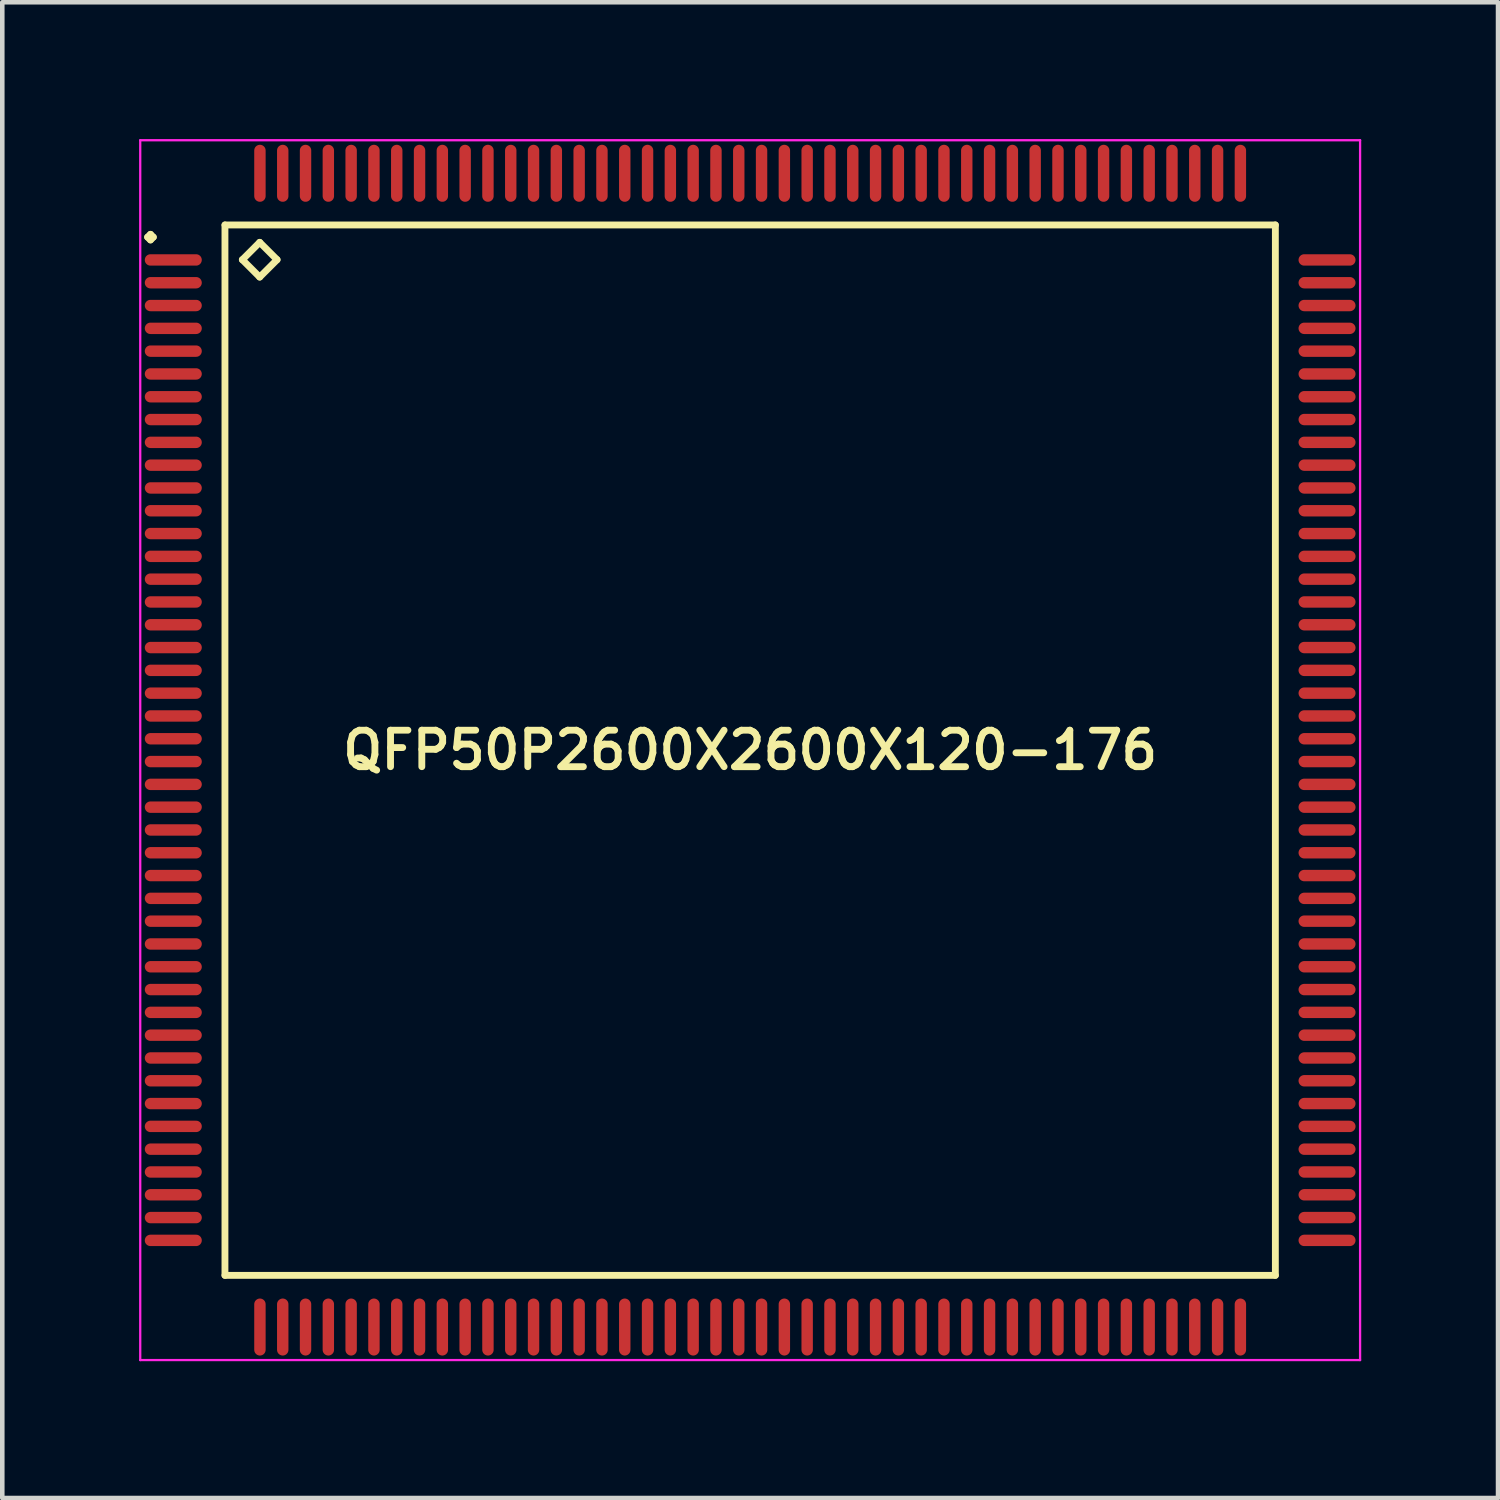
<source format=kicad_pcb>
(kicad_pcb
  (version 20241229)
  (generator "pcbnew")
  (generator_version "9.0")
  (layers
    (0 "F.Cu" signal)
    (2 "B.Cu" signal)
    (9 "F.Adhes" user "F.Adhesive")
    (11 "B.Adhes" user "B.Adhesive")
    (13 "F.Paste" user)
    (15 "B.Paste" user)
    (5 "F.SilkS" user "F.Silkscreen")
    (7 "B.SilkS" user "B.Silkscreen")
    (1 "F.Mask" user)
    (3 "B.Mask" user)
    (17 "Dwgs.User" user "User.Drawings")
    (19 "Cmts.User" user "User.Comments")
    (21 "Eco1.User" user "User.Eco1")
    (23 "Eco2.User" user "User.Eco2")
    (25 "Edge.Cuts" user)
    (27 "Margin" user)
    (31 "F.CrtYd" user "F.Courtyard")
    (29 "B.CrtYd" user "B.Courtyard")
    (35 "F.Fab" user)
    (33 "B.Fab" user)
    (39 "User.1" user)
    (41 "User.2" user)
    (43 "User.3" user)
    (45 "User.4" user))
  (footprint "QFP50P2600X2600X120-176"
    (layer "F.Cu")
    (at 13.4 13.4)
    (property "Reference" "QFP50P2600X2600X120-176" (at 0 0 0) (layer "F.SilkS") (effects (font (size 0.8 0.8) (thickness 0.15))))
    (attr smd)
    (fp_line (start -13.213 -11.25) (end -13.15 -11.312) (stroke (width 0.15) (type solid)) (layer "F.SilkS"))
    (fp_line (start -13.15 -11.312) (end -13.088 -11.25) (stroke (width 0.15) (type solid)) (layer "F.SilkS"))
    (fp_line (start -13.15 -11.188) (end -13.213 -11.25) (stroke (width 0.15) (type solid)) (layer "F.SilkS"))
    (fp_line (start -13.088 -11.25) (end -13.15 -11.188) (stroke (width 0.15) (type solid)) (layer "F.SilkS"))
    (fp_line (start -11.517 -11.517) (end -11.517 11.517) (stroke (width 0.15) (type solid)) (layer "F.SilkS"))
    (fp_line (start -11.517 11.517) (end 11.517 11.517) (stroke (width 0.15) (type solid)) (layer "F.SilkS"))
    (fp_line (start -11.136 -10.755) (end -10.755 -11.136) (stroke (width 0.15) (type solid)) (layer "F.SilkS"))
    (fp_line (start -10.755 -11.136) (end -10.374 -10.755) (stroke (width 0.15) (type solid)) (layer "F.SilkS"))
    (fp_line (start -10.755 -10.374) (end -11.136 -10.755) (stroke (width 0.15) (type solid)) (layer "F.SilkS"))
    (fp_line (start -10.374 -10.755) (end -10.755 -10.374) (stroke (width 0.15) (type solid)) (layer "F.SilkS"))
    (fp_line (start 11.517 -11.517) (end -11.517 -11.517) (stroke (width 0.15) (type solid)) (layer "F.SilkS"))
    (fp_line (start 11.517 11.517) (end 11.517 -11.517) (stroke (width 0.15) (type solid)) (layer "F.SilkS"))
    (fp_line (start -13.375 -13.375) (end 13.375 -13.375) (stroke (width 0.05) (type solid)) (layer "F.CrtYd"))
    (fp_line (start -13.375 13.375) (end -13.375 -13.375) (stroke (width 0.05) (type solid)) (layer "F.CrtYd"))
    (fp_line (start 13.375 -13.375) (end 13.375 13.375) (stroke (width 0.05) (type solid)) (layer "F.CrtYd"))
    (fp_line (start 13.375 13.375) (end -13.375 13.375) (stroke (width 0.05) (type solid)) (layer "F.CrtYd"))
    (pad "1" smd oval (at -12.65 -10.75) (size 1.25 0.25) (layers "F.Cu" "F.Mask" "F.Paste"))
    (pad "2" smd oval (at -12.65 -10.25) (size 1.25 0.25) (layers "F.Cu" "F.Mask" "F.Paste"))
    (pad "3" smd oval (at -12.65 -9.75) (size 1.25 0.25) (layers "F.Cu" "F.Mask" "F.Paste"))
    (pad "4" smd oval (at -12.65 -9.25) (size 1.25 0.25) (layers "F.Cu" "F.Mask" "F.Paste"))
    (pad "5" smd oval (at -12.65 -8.75) (size 1.25 0.25) (layers "F.Cu" "F.Mask" "F.Paste"))
    (pad "6" smd oval (at -12.65 -8.25) (size 1.25 0.25) (layers "F.Cu" "F.Mask" "F.Paste"))
    (pad "7" smd oval (at -12.65 -7.75) (size 1.25 0.25) (layers "F.Cu" "F.Mask" "F.Paste"))
    (pad "8" smd oval (at -12.65 -7.25) (size 1.25 0.25) (layers "F.Cu" "F.Mask" "F.Paste"))
    (pad "9" smd oval (at -12.65 -6.75) (size 1.25 0.25) (layers "F.Cu" "F.Mask" "F.Paste"))
    (pad "10" smd oval (at -12.65 -6.25) (size 1.25 0.25) (layers "F.Cu" "F.Mask" "F.Paste"))
    (pad "11" smd oval (at -12.65 -5.75) (size 1.25 0.25) (layers "F.Cu" "F.Mask" "F.Paste"))
    (pad "12" smd oval (at -12.65 -5.25) (size 1.25 0.25) (layers "F.Cu" "F.Mask" "F.Paste"))
    (pad "13" smd oval (at -12.65 -4.75) (size 1.25 0.25) (layers "F.Cu" "F.Mask" "F.Paste"))
    (pad "14" smd oval (at -12.65 -4.25) (size 1.25 0.25) (layers "F.Cu" "F.Mask" "F.Paste"))
    (pad "15" smd oval (at -12.65 -3.75) (size 1.25 0.25) (layers "F.Cu" "F.Mask" "F.Paste"))
    (pad "16" smd oval (at -12.65 -3.25) (size 1.25 0.25) (layers "F.Cu" "F.Mask" "F.Paste"))
    (pad "17" smd oval (at -12.65 -2.75) (size 1.25 0.25) (layers "F.Cu" "F.Mask" "F.Paste"))
    (pad "18" smd oval (at -12.65 -2.25) (size 1.25 0.25) (layers "F.Cu" "F.Mask" "F.Paste"))
    (pad "19" smd oval (at -12.65 -1.75) (size 1.25 0.25) (layers "F.Cu" "F.Mask" "F.Paste"))
    (pad "20" smd oval (at -12.65 -1.25) (size 1.25 0.25) (layers "F.Cu" "F.Mask" "F.Paste"))
    (pad "21" smd oval (at -12.65 -0.75) (size 1.25 0.25) (layers "F.Cu" "F.Mask" "F.Paste"))
    (pad "22" smd oval (at -12.65 -0.25) (size 1.25 0.25) (layers "F.Cu" "F.Mask" "F.Paste"))
    (pad "23" smd oval (at -12.65 0.25) (size 1.25 0.25) (layers "F.Cu" "F.Mask" "F.Paste"))
    (pad "24" smd oval (at -12.65 0.75) (size 1.25 0.25) (layers "F.Cu" "F.Mask" "F.Paste"))
    (pad "25" smd oval (at -12.65 1.25) (size 1.25 0.25) (layers "F.Cu" "F.Mask" "F.Paste"))
    (pad "26" smd oval (at -12.65 1.75) (size 1.25 0.25) (layers "F.Cu" "F.Mask" "F.Paste"))
    (pad "27" smd oval (at -12.65 2.25) (size 1.25 0.25) (layers "F.Cu" "F.Mask" "F.Paste"))
    (pad "28" smd oval (at -12.65 2.75) (size 1.25 0.25) (layers "F.Cu" "F.Mask" "F.Paste"))
    (pad "29" smd oval (at -12.65 3.25) (size 1.25 0.25) (layers "F.Cu" "F.Mask" "F.Paste"))
    (pad "30" smd oval (at -12.65 3.75) (size 1.25 0.25) (layers "F.Cu" "F.Mask" "F.Paste"))
    (pad "31" smd oval (at -12.65 4.25) (size 1.25 0.25) (layers "F.Cu" "F.Mask" "F.Paste"))
    (pad "32" smd oval (at -12.65 4.75) (size 1.25 0.25) (layers "F.Cu" "F.Mask" "F.Paste"))
    (pad "33" smd oval (at -12.65 5.25) (size 1.25 0.25) (layers "F.Cu" "F.Mask" "F.Paste"))
    (pad "34" smd oval (at -12.65 5.75) (size 1.25 0.25) (layers "F.Cu" "F.Mask" "F.Paste"))
    (pad "35" smd oval (at -12.65 6.25) (size 1.25 0.25) (layers "F.Cu" "F.Mask" "F.Paste"))
    (pad "36" smd oval (at -12.65 6.75) (size 1.25 0.25) (layers "F.Cu" "F.Mask" "F.Paste"))
    (pad "37" smd oval (at -12.65 7.25) (size 1.25 0.25) (layers "F.Cu" "F.Mask" "F.Paste"))
    (pad "38" smd oval (at -12.65 7.75) (size 1.25 0.25) (layers "F.Cu" "F.Mask" "F.Paste"))
    (pad "39" smd oval (at -12.65 8.25) (size 1.25 0.25) (layers "F.Cu" "F.Mask" "F.Paste"))
    (pad "40" smd oval (at -12.65 8.75) (size 1.25 0.25) (layers "F.Cu" "F.Mask" "F.Paste"))
    (pad "41" smd oval (at -12.65 9.25) (size 1.25 0.25) (layers "F.Cu" "F.Mask" "F.Paste"))
    (pad "42" smd oval (at -12.65 9.75) (size 1.25 0.25) (layers "F.Cu" "F.Mask" "F.Paste"))
    (pad "43" smd oval (at -12.65 10.25) (size 1.25 0.25) (layers "F.Cu" "F.Mask" "F.Paste"))
    (pad "44" smd oval (at -12.65 10.75) (size 1.25 0.25) (layers "F.Cu" "F.Mask" "F.Paste"))
    (pad "45" smd oval (at -10.75 12.65) (size 0.25 1.25) (layers "F.Cu" "F.Mask" "F.Paste"))
    (pad "46" smd oval (at -10.25 12.65) (size 0.25 1.25) (layers "F.Cu" "F.Mask" "F.Paste"))
    (pad "47" smd oval (at -9.75 12.65) (size 0.25 1.25) (layers "F.Cu" "F.Mask" "F.Paste"))
    (pad "48" smd oval (at -9.25 12.65) (size 0.25 1.25) (layers "F.Cu" "F.Mask" "F.Paste"))
    (pad "49" smd oval (at -8.75 12.65) (size 0.25 1.25) (layers "F.Cu" "F.Mask" "F.Paste"))
    (pad "50" smd oval (at -8.25 12.65) (size 0.25 1.25) (layers "F.Cu" "F.Mask" "F.Paste"))
    (pad "51" smd oval (at -7.75 12.65) (size 0.25 1.25) (layers "F.Cu" "F.Mask" "F.Paste"))
    (pad "52" smd oval (at -7.25 12.65) (size 0.25 1.25) (layers "F.Cu" "F.Mask" "F.Paste"))
    (pad "53" smd oval (at -6.75 12.65) (size 0.25 1.25) (layers "F.Cu" "F.Mask" "F.Paste"))
    (pad "54" smd oval (at -6.25 12.65) (size 0.25 1.25) (layers "F.Cu" "F.Mask" "F.Paste"))
    (pad "55" smd oval (at -5.75 12.65) (size 0.25 1.25) (layers "F.Cu" "F.Mask" "F.Paste"))
    (pad "56" smd oval (at -5.25 12.65) (size 0.25 1.25) (layers "F.Cu" "F.Mask" "F.Paste"))
    (pad "57" smd oval (at -4.75 12.65) (size 0.25 1.25) (layers "F.Cu" "F.Mask" "F.Paste"))
    (pad "58" smd oval (at -4.25 12.65) (size 0.25 1.25) (layers "F.Cu" "F.Mask" "F.Paste"))
    (pad "59" smd oval (at -3.75 12.65) (size 0.25 1.25) (layers "F.Cu" "F.Mask" "F.Paste"))
    (pad "60" smd oval (at -3.25 12.65) (size 0.25 1.25) (layers "F.Cu" "F.Mask" "F.Paste"))
    (pad "61" smd oval (at -2.75 12.65) (size 0.25 1.25) (layers "F.Cu" "F.Mask" "F.Paste"))
    (pad "62" smd oval (at -2.25 12.65) (size 0.25 1.25) (layers "F.Cu" "F.Mask" "F.Paste"))
    (pad "63" smd oval (at -1.75 12.65) (size 0.25 1.25) (layers "F.Cu" "F.Mask" "F.Paste"))
    (pad "64" smd oval (at -1.25 12.65) (size 0.25 1.25) (layers "F.Cu" "F.Mask" "F.Paste"))
    (pad "65" smd oval (at -0.75 12.65) (size 0.25 1.25) (layers "F.Cu" "F.Mask" "F.Paste"))
    (pad "66" smd oval (at -0.25 12.65) (size 0.25 1.25) (layers "F.Cu" "F.Mask" "F.Paste"))
    (pad "67" smd oval (at 0.25 12.65) (size 0.25 1.25) (layers "F.Cu" "F.Mask" "F.Paste"))
    (pad "68" smd oval (at 0.75 12.65) (size 0.25 1.25) (layers "F.Cu" "F.Mask" "F.Paste"))
    (pad "69" smd oval (at 1.25 12.65) (size 0.25 1.25) (layers "F.Cu" "F.Mask" "F.Paste"))
    (pad "70" smd oval (at 1.75 12.65) (size 0.25 1.25) (layers "F.Cu" "F.Mask" "F.Paste"))
    (pad "71" smd oval (at 2.25 12.65) (size 0.25 1.25) (layers "F.Cu" "F.Mask" "F.Paste"))
    (pad "72" smd oval (at 2.75 12.65) (size 0.25 1.25) (layers "F.Cu" "F.Mask" "F.Paste"))
    (pad "73" smd oval (at 3.25 12.65) (size 0.25 1.25) (layers "F.Cu" "F.Mask" "F.Paste"))
    (pad "74" smd oval (at 3.75 12.65) (size 0.25 1.25) (layers "F.Cu" "F.Mask" "F.Paste"))
    (pad "75" smd oval (at 4.25 12.65) (size 0.25 1.25) (layers "F.Cu" "F.Mask" "F.Paste"))
    (pad "76" smd oval (at 4.75 12.65) (size 0.25 1.25) (layers "F.Cu" "F.Mask" "F.Paste"))
    (pad "77" smd oval (at 5.25 12.65) (size 0.25 1.25) (layers "F.Cu" "F.Mask" "F.Paste"))
    (pad "78" smd oval (at 5.75 12.65) (size 0.25 1.25) (layers "F.Cu" "F.Mask" "F.Paste"))
    (pad "79" smd oval (at 6.25 12.65) (size 0.25 1.25) (layers "F.Cu" "F.Mask" "F.Paste"))
    (pad "80" smd oval (at 6.75 12.65) (size 0.25 1.25) (layers "F.Cu" "F.Mask" "F.Paste"))
    (pad "81" smd oval (at 7.25 12.65) (size 0.25 1.25) (layers "F.Cu" "F.Mask" "F.Paste"))
    (pad "82" smd oval (at 7.75 12.65) (size 0.25 1.25) (layers "F.Cu" "F.Mask" "F.Paste"))
    (pad "83" smd oval (at 8.25 12.65) (size 0.25 1.25) (layers "F.Cu" "F.Mask" "F.Paste"))
    (pad "84" smd oval (at 8.75 12.65) (size 0.25 1.25) (layers "F.Cu" "F.Mask" "F.Paste"))
    (pad "85" smd oval (at 9.25 12.65) (size 0.25 1.25) (layers "F.Cu" "F.Mask" "F.Paste"))
    (pad "86" smd oval (at 9.75 12.65) (size 0.25 1.25) (layers "F.Cu" "F.Mask" "F.Paste"))
    (pad "87" smd oval (at 10.25 12.65) (size 0.25 1.25) (layers "F.Cu" "F.Mask" "F.Paste"))
    (pad "88" smd oval (at 10.75 12.65) (size 0.25 1.25) (layers "F.Cu" "F.Mask" "F.Paste"))
    (pad "89" smd oval (at 12.65 10.75) (size 1.25 0.25) (layers "F.Cu" "F.Mask" "F.Paste"))
    (pad "90" smd oval (at 12.65 10.25) (size 1.25 0.25) (layers "F.Cu" "F.Mask" "F.Paste"))
    (pad "91" smd oval (at 12.65 9.75) (size 1.25 0.25) (layers "F.Cu" "F.Mask" "F.Paste"))
    (pad "92" smd oval (at 12.65 9.25) (size 1.25 0.25) (layers "F.Cu" "F.Mask" "F.Paste"))
    (pad "93" smd oval (at 12.65 8.75) (size 1.25 0.25) (layers "F.Cu" "F.Mask" "F.Paste"))
    (pad "94" smd oval (at 12.65 8.25) (size 1.25 0.25) (layers "F.Cu" "F.Mask" "F.Paste"))
    (pad "95" smd oval (at 12.65 7.75) (size 1.25 0.25) (layers "F.Cu" "F.Mask" "F.Paste"))
    (pad "96" smd oval (at 12.65 7.25) (size 1.25 0.25) (layers "F.Cu" "F.Mask" "F.Paste"))
    (pad "97" smd oval (at 12.65 6.75) (size 1.25 0.25) (layers "F.Cu" "F.Mask" "F.Paste"))
    (pad "98" smd oval (at 12.65 6.25) (size 1.25 0.25) (layers "F.Cu" "F.Mask" "F.Paste"))
    (pad "99" smd oval (at 12.65 5.75) (size 1.25 0.25) (layers "F.Cu" "F.Mask" "F.Paste"))
    (pad "100" smd oval (at 12.65 5.25) (size 1.25 0.25) (layers "F.Cu" "F.Mask" "F.Paste"))
    (pad "101" smd oval (at 12.65 4.75) (size 1.25 0.25) (layers "F.Cu" "F.Mask" "F.Paste"))
    (pad "102" smd oval (at 12.65 4.25) (size 1.25 0.25) (layers "F.Cu" "F.Mask" "F.Paste"))
    (pad "103" smd oval (at 12.65 3.75) (size 1.25 0.25) (layers "F.Cu" "F.Mask" "F.Paste"))
    (pad "104" smd oval (at 12.65 3.25) (size 1.25 0.25) (layers "F.Cu" "F.Mask" "F.Paste"))
    (pad "105" smd oval (at 12.65 2.75) (size 1.25 0.25) (layers "F.Cu" "F.Mask" "F.Paste"))
    (pad "106" smd oval (at 12.65 2.25) (size 1.25 0.25) (layers "F.Cu" "F.Mask" "F.Paste"))
    (pad "107" smd oval (at 12.65 1.75) (size 1.25 0.25) (layers "F.Cu" "F.Mask" "F.Paste"))
    (pad "108" smd oval (at 12.65 1.25) (size 1.25 0.25) (layers "F.Cu" "F.Mask" "F.Paste"))
    (pad "109" smd oval (at 12.65 0.75) (size 1.25 0.25) (layers "F.Cu" "F.Mask" "F.Paste"))
    (pad "110" smd oval (at 12.65 0.25) (size 1.25 0.25) (layers "F.Cu" "F.Mask" "F.Paste"))
    (pad "111" smd oval (at 12.65 -0.25) (size 1.25 0.25) (layers "F.Cu" "F.Mask" "F.Paste"))
    (pad "112" smd oval (at 12.65 -0.75) (size 1.25 0.25) (layers "F.Cu" "F.Mask" "F.Paste"))
    (pad "113" smd oval (at 12.65 -1.25) (size 1.25 0.25) (layers "F.Cu" "F.Mask" "F.Paste"))
    (pad "114" smd oval (at 12.65 -1.75) (size 1.25 0.25) (layers "F.Cu" "F.Mask" "F.Paste"))
    (pad "115" smd oval (at 12.65 -2.25) (size 1.25 0.25) (layers "F.Cu" "F.Mask" "F.Paste"))
    (pad "116" smd oval (at 12.65 -2.75) (size 1.25 0.25) (layers "F.Cu" "F.Mask" "F.Paste"))
    (pad "117" smd oval (at 12.65 -3.25) (size 1.25 0.25) (layers "F.Cu" "F.Mask" "F.Paste"))
    (pad "118" smd oval (at 12.65 -3.75) (size 1.25 0.25) (layers "F.Cu" "F.Mask" "F.Paste"))
    (pad "119" smd oval (at 12.65 -4.25) (size 1.25 0.25) (layers "F.Cu" "F.Mask" "F.Paste"))
    (pad "120" smd oval (at 12.65 -4.75) (size 1.25 0.25) (layers "F.Cu" "F.Mask" "F.Paste"))
    (pad "121" smd oval (at 12.65 -5.25) (size 1.25 0.25) (layers "F.Cu" "F.Mask" "F.Paste"))
    (pad "122" smd oval (at 12.65 -5.75) (size 1.25 0.25) (layers "F.Cu" "F.Mask" "F.Paste"))
    (pad "123" smd oval (at 12.65 -6.25) (size 1.25 0.25) (layers "F.Cu" "F.Mask" "F.Paste"))
    (pad "124" smd oval (at 12.65 -6.75) (size 1.25 0.25) (layers "F.Cu" "F.Mask" "F.Paste"))
    (pad "125" smd oval (at 12.65 -7.25) (size 1.25 0.25) (layers "F.Cu" "F.Mask" "F.Paste"))
    (pad "126" smd oval (at 12.65 -7.75) (size 1.25 0.25) (layers "F.Cu" "F.Mask" "F.Paste"))
    (pad "127" smd oval (at 12.65 -8.25) (size 1.25 0.25) (layers "F.Cu" "F.Mask" "F.Paste"))
    (pad "128" smd oval (at 12.65 -8.75) (size 1.25 0.25) (layers "F.Cu" "F.Mask" "F.Paste"))
    (pad "129" smd oval (at 12.65 -9.25) (size 1.25 0.25) (layers "F.Cu" "F.Mask" "F.Paste"))
    (pad "130" smd oval (at 12.65 -9.75) (size 1.25 0.25) (layers "F.Cu" "F.Mask" "F.Paste"))
    (pad "131" smd oval (at 12.65 -10.25) (size 1.25 0.25) (layers "F.Cu" "F.Mask" "F.Paste"))
    (pad "132" smd oval (at 12.65 -10.75) (size 1.25 0.25) (layers "F.Cu" "F.Mask" "F.Paste"))
    (pad "133" smd oval (at 10.75 -12.65) (size 0.25 1.25) (layers "F.Cu" "F.Mask" "F.Paste"))
    (pad "134" smd oval (at 10.25 -12.65) (size 0.25 1.25) (layers "F.Cu" "F.Mask" "F.Paste"))
    (pad "135" smd oval (at 9.75 -12.65) (size 0.25 1.25) (layers "F.Cu" "F.Mask" "F.Paste"))
    (pad "136" smd oval (at 9.25 -12.65) (size 0.25 1.25) (layers "F.Cu" "F.Mask" "F.Paste"))
    (pad "137" smd oval (at 8.75 -12.65) (size 0.25 1.25) (layers "F.Cu" "F.Mask" "F.Paste"))
    (pad "138" smd oval (at 8.25 -12.65) (size 0.25 1.25) (layers "F.Cu" "F.Mask" "F.Paste"))
    (pad "139" smd oval (at 7.75 -12.65) (size 0.25 1.25) (layers "F.Cu" "F.Mask" "F.Paste"))
    (pad "140" smd oval (at 7.25 -12.65) (size 0.25 1.25) (layers "F.Cu" "F.Mask" "F.Paste"))
    (pad "141" smd oval (at 6.75 -12.65) (size 0.25 1.25) (layers "F.Cu" "F.Mask" "F.Paste"))
    (pad "142" smd oval (at 6.25 -12.65) (size 0.25 1.25) (layers "F.Cu" "F.Mask" "F.Paste"))
    (pad "143" smd oval (at 5.75 -12.65) (size 0.25 1.25) (layers "F.Cu" "F.Mask" "F.Paste"))
    (pad "144" smd oval (at 5.25 -12.65) (size 0.25 1.25) (layers "F.Cu" "F.Mask" "F.Paste"))
    (pad "145" smd oval (at 4.75 -12.65) (size 0.25 1.25) (layers "F.Cu" "F.Mask" "F.Paste"))
    (pad "146" smd oval (at 4.25 -12.65) (size 0.25 1.25) (layers "F.Cu" "F.Mask" "F.Paste"))
    (pad "147" smd oval (at 3.75 -12.65) (size 0.25 1.25) (layers "F.Cu" "F.Mask" "F.Paste"))
    (pad "148" smd oval (at 3.25 -12.65) (size 0.25 1.25) (layers "F.Cu" "F.Mask" "F.Paste"))
    (pad "149" smd oval (at 2.75 -12.65) (size 0.25 1.25) (layers "F.Cu" "F.Mask" "F.Paste"))
    (pad "150" smd oval (at 2.25 -12.65) (size 0.25 1.25) (layers "F.Cu" "F.Mask" "F.Paste"))
    (pad "151" smd oval (at 1.75 -12.65) (size 0.25 1.25) (layers "F.Cu" "F.Mask" "F.Paste"))
    (pad "152" smd oval (at 1.25 -12.65) (size 0.25 1.25) (layers "F.Cu" "F.Mask" "F.Paste"))
    (pad "153" smd oval (at 0.75 -12.65) (size 0.25 1.25) (layers "F.Cu" "F.Mask" "F.Paste"))
    (pad "154" smd oval (at 0.25 -12.65) (size 0.25 1.25) (layers "F.Cu" "F.Mask" "F.Paste"))
    (pad "155" smd oval (at -0.25 -12.65) (size 0.25 1.25) (layers "F.Cu" "F.Mask" "F.Paste"))
    (pad "156" smd oval (at -0.75 -12.65) (size 0.25 1.25) (layers "F.Cu" "F.Mask" "F.Paste"))
    (pad "157" smd oval (at -1.25 -12.65) (size 0.25 1.25) (layers "F.Cu" "F.Mask" "F.Paste"))
    (pad "158" smd oval (at -1.75 -12.65) (size 0.25 1.25) (layers "F.Cu" "F.Mask" "F.Paste"))
    (pad "159" smd oval (at -2.25 -12.65) (size 0.25 1.25) (layers "F.Cu" "F.Mask" "F.Paste"))
    (pad "160" smd oval (at -2.75 -12.65) (size 0.25 1.25) (layers "F.Cu" "F.Mask" "F.Paste"))
    (pad "161" smd oval (at -3.25 -12.65) (size 0.25 1.25) (layers "F.Cu" "F.Mask" "F.Paste"))
    (pad "162" smd oval (at -3.75 -12.65) (size 0.25 1.25) (layers "F.Cu" "F.Mask" "F.Paste"))
    (pad "163" smd oval (at -4.25 -12.65) (size 0.25 1.25) (layers "F.Cu" "F.Mask" "F.Paste"))
    (pad "164" smd oval (at -4.75 -12.65) (size 0.25 1.25) (layers "F.Cu" "F.Mask" "F.Paste"))
    (pad "165" smd oval (at -5.25 -12.65) (size 0.25 1.25) (layers "F.Cu" "F.Mask" "F.Paste"))
    (pad "166" smd oval (at -5.75 -12.65) (size 0.25 1.25) (layers "F.Cu" "F.Mask" "F.Paste"))
    (pad "167" smd oval (at -6.25 -12.65) (size 0.25 1.25) (layers "F.Cu" "F.Mask" "F.Paste"))
    (pad "168" smd oval (at -6.75 -12.65) (size 0.25 1.25) (layers "F.Cu" "F.Mask" "F.Paste"))
    (pad "169" smd oval (at -7.25 -12.65) (size 0.25 1.25) (layers "F.Cu" "F.Mask" "F.Paste"))
    (pad "170" smd oval (at -7.75 -12.65) (size 0.25 1.25) (layers "F.Cu" "F.Mask" "F.Paste"))
    (pad "171" smd oval (at -8.25 -12.65) (size 0.25 1.25) (layers "F.Cu" "F.Mask" "F.Paste"))
    (pad "172" smd oval (at -8.75 -12.65) (size 0.25 1.25) (layers "F.Cu" "F.Mask" "F.Paste"))
    (pad "173" smd oval (at -9.25 -12.65) (size 0.25 1.25) (layers "F.Cu" "F.Mask" "F.Paste"))
    (pad "174" smd oval (at -9.75 -12.65) (size 0.25 1.25) (layers "F.Cu" "F.Mask" "F.Paste"))
    (pad "175" smd oval (at -10.25 -12.65) (size 0.25 1.25) (layers "F.Cu" "F.Mask" "F.Paste"))
    (pad "176" smd oval (at -10.75 -12.65) (size 0.25 1.25) (layers "F.Cu" "F.Mask" "F.Paste")))
  (gr_rect
    (start -3 -3)
    (end 29.8 29.8)
    (stroke (width 0.1) (type default))
    (fill no)
    (layer "Edge.Cuts")))
</source>
